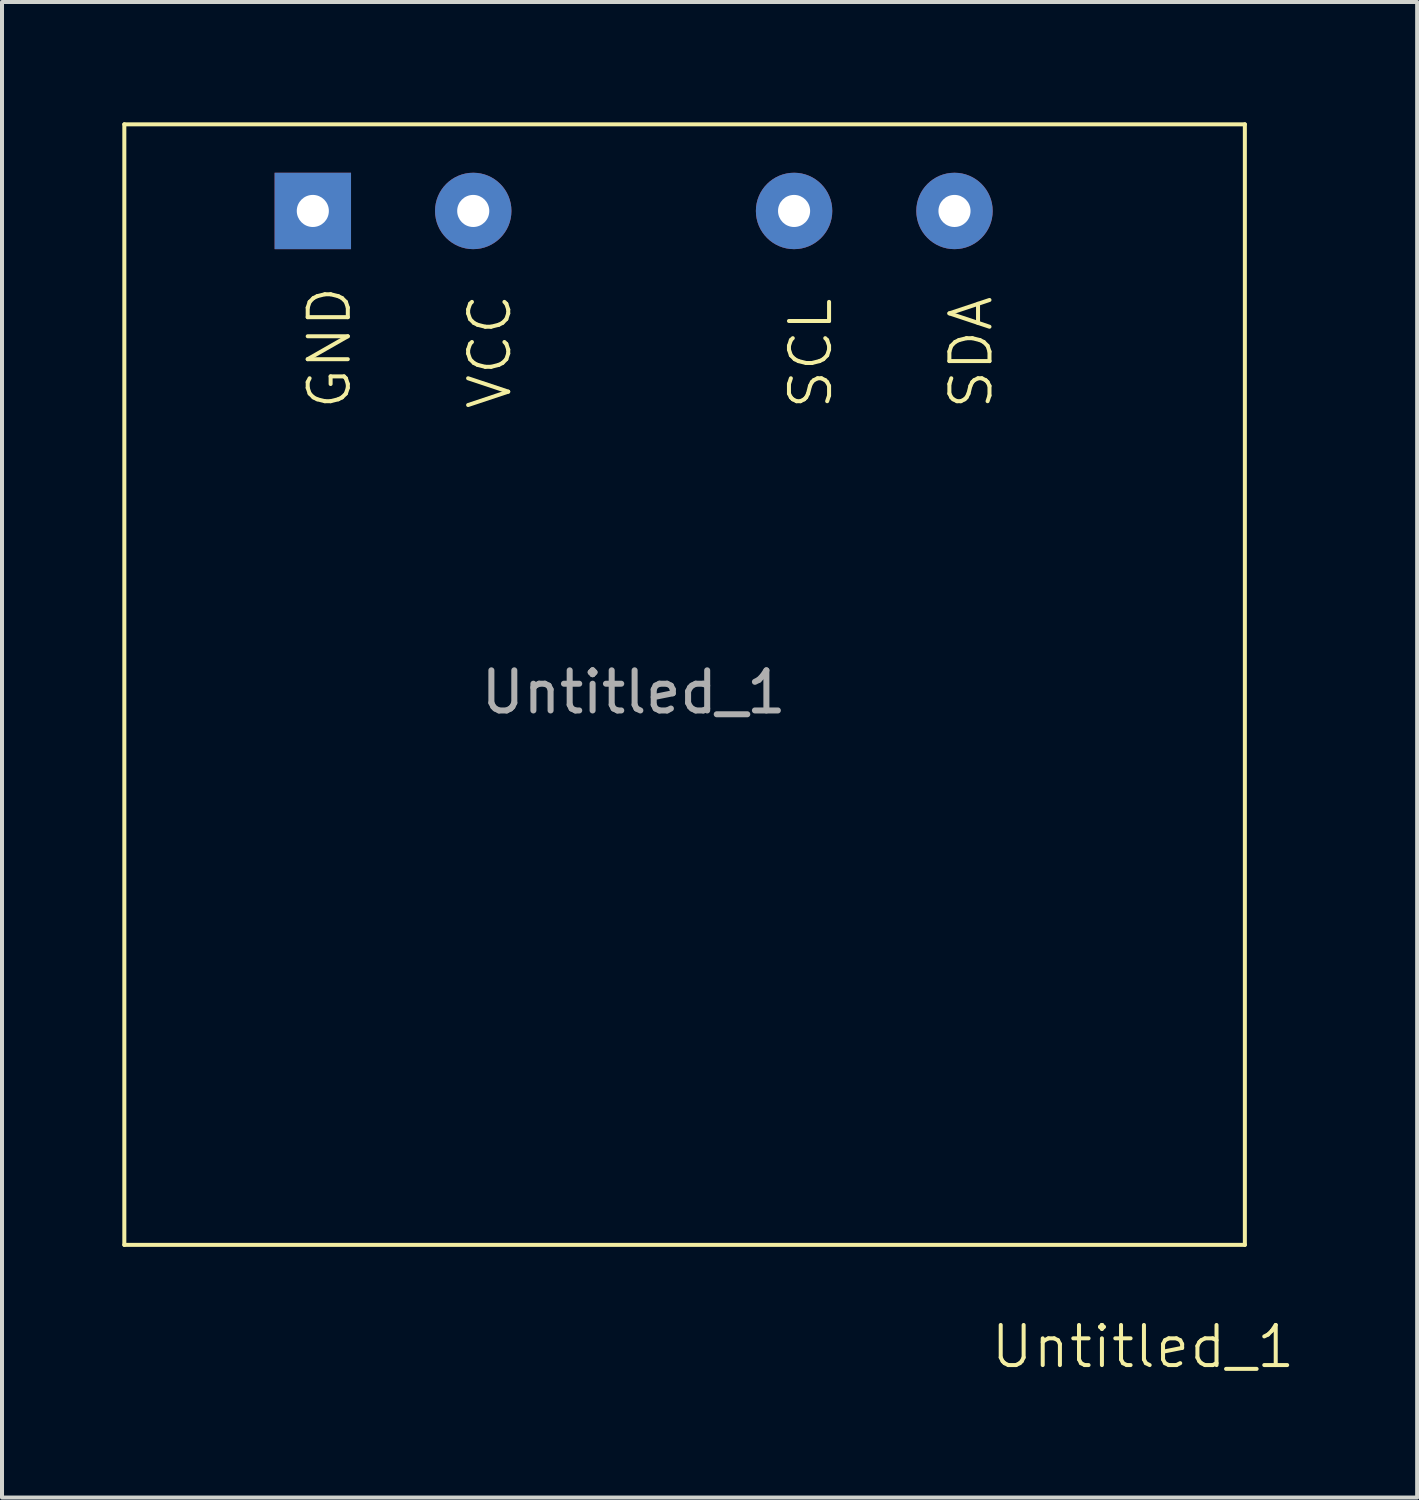
<source format=kicad_pcb>
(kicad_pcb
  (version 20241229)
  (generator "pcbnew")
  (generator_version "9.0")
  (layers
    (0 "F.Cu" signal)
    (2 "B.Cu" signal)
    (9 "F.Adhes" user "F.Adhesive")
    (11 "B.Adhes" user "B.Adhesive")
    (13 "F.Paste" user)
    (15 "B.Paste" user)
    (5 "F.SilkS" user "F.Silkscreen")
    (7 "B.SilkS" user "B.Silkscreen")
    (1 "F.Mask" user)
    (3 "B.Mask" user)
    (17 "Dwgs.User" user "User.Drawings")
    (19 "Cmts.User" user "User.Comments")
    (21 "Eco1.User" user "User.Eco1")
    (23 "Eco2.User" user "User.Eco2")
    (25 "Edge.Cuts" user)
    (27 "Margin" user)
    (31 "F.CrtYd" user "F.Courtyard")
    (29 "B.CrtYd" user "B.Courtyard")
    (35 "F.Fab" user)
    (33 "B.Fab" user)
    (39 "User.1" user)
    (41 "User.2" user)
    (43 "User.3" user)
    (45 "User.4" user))
  (footprint "Untitled_1"
    (layer "F.Cu")
    (at 12.75 10.21)
    (property "Reference" "Untitled_1" (at 12.7 20.32 0) (unlocked yes) (layer "F.SilkS") (effects (font (size 1 1) (thickness 0.1))))
    (attr smd)
    (fp_line (start -12.7 -10.16) (end 15.24 -10.16) (stroke (width 0.1) (type default)) (layer "F.SilkS"))
    (fp_line (start -12.7 17.78) (end -12.7 -10.16) (stroke (width 0.1) (type default)) (layer "F.SilkS"))
    (fp_line (start 15.24 -10.16) (end 15.24 17.78) (stroke (width 0.1) (type default)) (layer "F.SilkS"))
    (fp_line (start 15.24 17.78) (end -12.7 17.78) (stroke (width 0.1) (type default)) (layer "F.SilkS"))
    (fp_text user "VCC" (at -3 -3 90) (unlocked yes) (layer "F.SilkS") (effects (font (size 1 1) (thickness 0.1)) (justify left bottom)))
    (fp_text user "SCL" (at 5 -3 90) (unlocked yes) (layer "F.SilkS") (effects (font (size 1 1) (thickness 0.1)) (justify left bottom)))
    (fp_text user "SDA" (at 9 -3 90) (unlocked yes) (layer "F.SilkS") (effects (font (size 1 1) (thickness 0.1)) (justify left bottom)))
    (fp_text user "GND" (at -7 -3 90) (unlocked yes) (layer "F.SilkS") (effects (font (size 1 1) (thickness 0.1)) (justify left bottom)))
    (fp_text user "${REFERENCE}" (at 0 4 0) (unlocked yes) (layer "F.Fab") (effects (font (size 1 1) (thickness 0.15))))
    (pad "1" thru_hole rect (at -8 -8) (size 1.905 1.905) (drill 0.8) (layers "*.Cu" "*.Mask"))
    (pad "2" thru_hole circle (at -4 -8) (size 1.905 1.905) (drill 0.8) (layers "*.Cu" "*.Mask"))
    (pad "3" thru_hole circle (at 4 -8) (size 1.905 1.905) (drill 0.8) (layers "*.Cu" "*.Mask"))
    (pad "4" thru_hole circle (at 8 -8) (size 1.905 1.905) (drill 0.8) (layers "*.Cu" "*.Mask")))
  (gr_rect
    (start -3 -3)
    (end 32.286 34.291)
    (stroke (width 0.1) (type default))
    (fill no)
    (layer "Edge.Cuts")))
</source>
